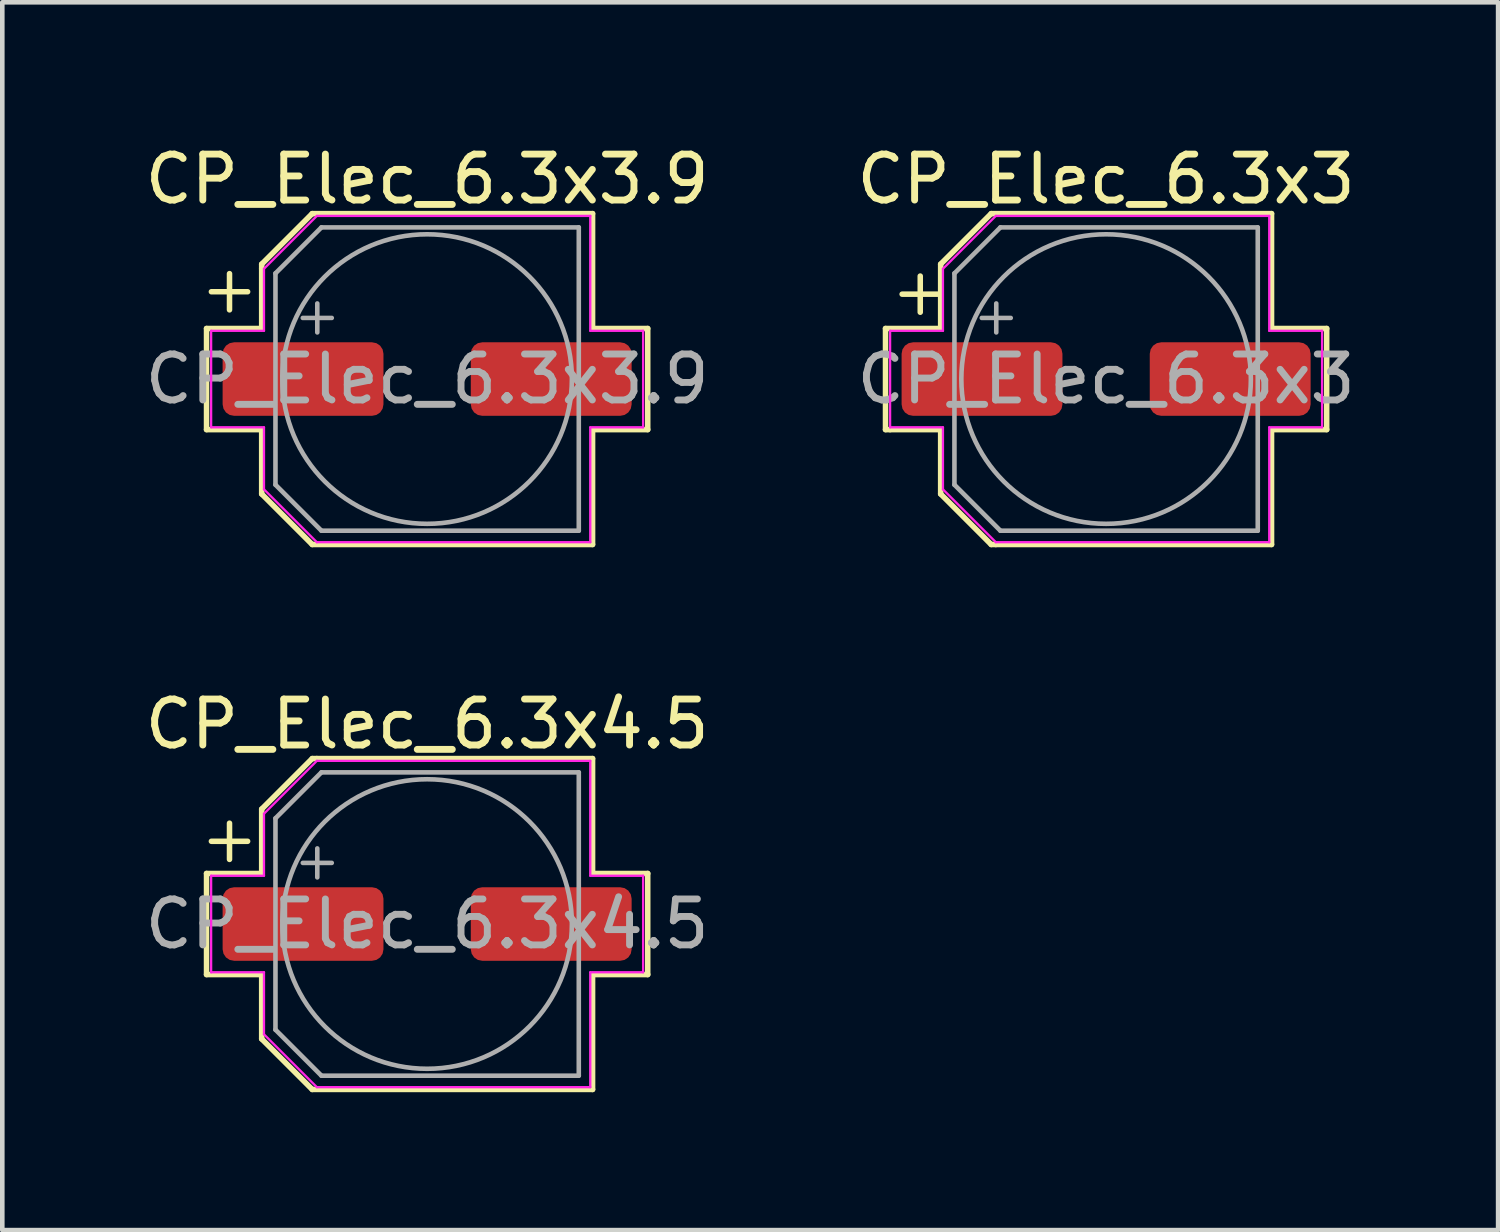
<source format=kicad_pcb>
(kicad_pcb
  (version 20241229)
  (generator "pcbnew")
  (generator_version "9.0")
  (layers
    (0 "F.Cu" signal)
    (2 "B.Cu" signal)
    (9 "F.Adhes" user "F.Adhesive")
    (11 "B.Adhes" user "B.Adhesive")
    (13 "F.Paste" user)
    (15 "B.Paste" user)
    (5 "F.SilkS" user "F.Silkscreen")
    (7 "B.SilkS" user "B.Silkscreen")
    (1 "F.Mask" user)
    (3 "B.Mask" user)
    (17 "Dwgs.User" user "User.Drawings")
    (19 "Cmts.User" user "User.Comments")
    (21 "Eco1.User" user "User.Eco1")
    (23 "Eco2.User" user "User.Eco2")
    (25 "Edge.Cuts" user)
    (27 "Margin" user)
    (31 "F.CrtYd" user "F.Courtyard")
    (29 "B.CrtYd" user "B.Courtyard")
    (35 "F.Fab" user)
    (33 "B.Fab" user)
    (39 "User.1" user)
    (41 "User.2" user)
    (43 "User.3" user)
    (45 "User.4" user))
  (footprint "CP_Elec_6.3x3.9"
    (layer "F.Cu")
    (at 6.244 5.198)
    (property "Reference" "CP_Elec_6.3x3.9" (at 0 -4.35 0) (layer "F.SilkS") (effects (font (size 1 1) (thickness 0.15))))
    (attr smd)
    (fp_line (start -4.8 -1.1) (end -3.6 -1.1) (stroke (width 0.12) (type solid)) (layer "F.SilkS"))
    (fp_line (start -4.8 1.1) (end -4.8 -1.1) (stroke (width 0.12) (type solid)) (layer "F.SilkS"))
    (fp_line (start -4.694 -1.9) (end -3.906 -1.9) (stroke (width 0.12) (type solid)) (layer "F.SilkS"))
    (fp_line (start -4.3 -2.294) (end -4.3 -1.506) (stroke (width 0.12) (type solid)) (layer "F.SilkS"))
    (fp_line (start -3.6 -2.5) (end -2.5 -3.6) (stroke (width 0.12) (type solid)) (layer "F.SilkS"))
    (fp_line (start -3.6 -2.4) (end -3.6 -2.5) (stroke (width 0.12) (type solid)) (layer "F.SilkS"))
    (fp_line (start -3.6 -1.1) (end -3.6 -2.4) (stroke (width 0.12) (type solid)) (layer "F.SilkS"))
    (fp_line (start -3.6 1.1) (end -4.8 1.1) (stroke (width 0.12) (type solid)) (layer "F.SilkS"))
    (fp_line (start -3.6 2.5) (end -3.6 1.1) (stroke (width 0.12) (type solid)) (layer "F.SilkS"))
    (fp_line (start -2.5 -3.6) (end 3.6 -3.6) (stroke (width 0.12) (type solid)) (layer "F.SilkS"))
    (fp_line (start -2.5 3.6) (end -3.6 2.5) (stroke (width 0.12) (type solid)) (layer "F.SilkS"))
    (fp_line (start 3.6 -3.6) (end 3.6 -1.1) (stroke (width 0.12) (type solid)) (layer "F.SilkS"))
    (fp_line (start 3.6 -1.1) (end 4.8 -1.1) (stroke (width 0.12) (type solid)) (layer "F.SilkS"))
    (fp_line (start 3.6 1.1) (end 3.6 3.6) (stroke (width 0.12) (type solid)) (layer "F.SilkS"))
    (fp_line (start 3.6 3.6) (end -2.5 3.6) (stroke (width 0.12) (type solid)) (layer "F.SilkS"))
    (fp_line (start 4.8 -1.1) (end 4.8 1.1) (stroke (width 0.12) (type solid)) (layer "F.SilkS"))
    (fp_line (start 4.8 1.1) (end 3.6 1.1) (stroke (width 0.12) (type solid)) (layer "F.SilkS"))
    (fp_line (start -4.7 -1.05) (end -4.7 1.05) (stroke (width 0.05) (type solid)) (layer "F.CrtYd"))
    (fp_line (start -4.7 1.05) (end -3.55 1.05) (stroke (width 0.05) (type solid)) (layer "F.CrtYd"))
    (fp_line (start -3.55 -2.4) (end -3.55 -1.05) (stroke (width 0.05) (type solid)) (layer "F.CrtYd"))
    (fp_line (start -3.55 -2.4) (end -2.4 -3.55) (stroke (width 0.05) (type solid)) (layer "F.CrtYd"))
    (fp_line (start -3.55 -1.05) (end -4.7 -1.05) (stroke (width 0.05) (type solid)) (layer "F.CrtYd"))
    (fp_line (start -3.55 1.05) (end -3.55 2.4) (stroke (width 0.05) (type solid)) (layer "F.CrtYd"))
    (fp_line (start -3.55 2.4) (end -2.4 3.55) (stroke (width 0.05) (type solid)) (layer "F.CrtYd"))
    (fp_line (start -2.4 -3.55) (end 3.55 -3.55) (stroke (width 0.05) (type solid)) (layer "F.CrtYd"))
    (fp_line (start -2.4 3.55) (end 3.55 3.55) (stroke (width 0.05) (type solid)) (layer "F.CrtYd"))
    (fp_line (start 3.55 -3.55) (end 3.55 -1.05) (stroke (width 0.05) (type solid)) (layer "F.CrtYd"))
    (fp_line (start 3.55 -1.05) (end 4.7 -1.05) (stroke (width 0.05) (type solid)) (layer "F.CrtYd"))
    (fp_line (start 3.55 1.05) (end 3.55 3.55) (stroke (width 0.05) (type solid)) (layer "F.CrtYd"))
    (fp_line (start 4.7 -1.05) (end 4.7 1.05) (stroke (width 0.05) (type solid)) (layer "F.CrtYd"))
    (fp_line (start 4.7 1.05) (end 3.55 1.05) (stroke (width 0.05) (type solid)) (layer "F.CrtYd"))
    (fp_line (start -3.3 -2.3) (end -3.3 2.3) (stroke (width 0.1) (type solid)) (layer "F.Fab"))
    (fp_line (start -3.3 -2.3) (end -2.3 -3.3) (stroke (width 0.1) (type solid)) (layer "F.Fab"))
    (fp_line (start -3.3 2.3) (end -2.3 3.3) (stroke (width 0.1) (type solid)) (layer "F.Fab"))
    (fp_line (start -2.705 -1.33) (end -2.075 -1.33) (stroke (width 0.1) (type solid)) (layer "F.Fab"))
    (fp_line (start -2.39 -1.645) (end -2.39 -1.015) (stroke (width 0.1) (type solid)) (layer "F.Fab"))
    (fp_line (start -2.3 -3.3) (end 3.3 -3.3) (stroke (width 0.1) (type solid)) (layer "F.Fab"))
    (fp_line (start -2.3 3.3) (end 3.3 3.3) (stroke (width 0.1) (type solid)) (layer "F.Fab"))
    (fp_line (start 3.3 -3.3) (end 3.3 3.3) (stroke (width 0.1) (type solid)) (layer "F.Fab"))
    (fp_circle (center 0 0) (end 3.15 0) (stroke (width 0.1) (type solid)) (fill no) (layer "F.Fab"))
    (fp_text user "${REFERENCE}" (at 0 0 0) (layer "F.Fab") (effects (font (size 1 1) (thickness 0.15))))
    (pad "1" smd roundrect (at -2.7 0) (size 3.5 1.6) (layers "F.Cu" "F.Mask" "F.Paste") (roundrect_rratio 0.156))
    (pad "2" smd roundrect (at 2.7 0) (size 3.5 1.6) (layers "F.Cu" "F.Mask" "F.Paste") (roundrect_rratio 0.156)))
  (footprint "CP_Elec_6.3x3"
    (layer "F.Cu")
    (at 21.018 5.198)
    (property "Reference" "CP_Elec_6.3x3" (at 0 -4.35 0) (layer "F.SilkS") (effects (font (size 1 1) (thickness 0.15))))
    (attr smd)
    (fp_line (start -4.8 -1.1) (end -3.6 -1.1) (stroke (width 0.12) (type solid)) (layer "F.SilkS"))
    (fp_line (start -4.8 1.1) (end -4.8 -1.1) (stroke (width 0.12) (type solid)) (layer "F.SilkS"))
    (fp_line (start -4.7 1.1) (end -4.8 1.1) (stroke (width 0.12) (type solid)) (layer "F.SilkS"))
    (fp_line (start -4.438 -1.847) (end -3.65 -1.847) (stroke (width 0.12) (type solid)) (layer "F.SilkS"))
    (fp_line (start -4.044 -2.241) (end -4.044 -1.454) (stroke (width 0.12) (type solid)) (layer "F.SilkS"))
    (fp_line (start -3.6 -2.5) (end -2.5 -3.6) (stroke (width 0.12) (type solid)) (layer "F.SilkS"))
    (fp_line (start -3.6 -1.1) (end -3.6 -2.5) (stroke (width 0.12) (type solid)) (layer "F.SilkS"))
    (fp_line (start -3.6 1.1) (end -4.7 1.1) (stroke (width 0.12) (type solid)) (layer "F.SilkS"))
    (fp_line (start -3.6 2.5) (end -3.6 1.1) (stroke (width 0.12) (type solid)) (layer "F.SilkS"))
    (fp_line (start -2.5 -3.6) (end 3.6 -3.6) (stroke (width 0.12) (type solid)) (layer "F.SilkS"))
    (fp_line (start -2.5 3.6) (end -3.6 2.5) (stroke (width 0.12) (type solid)) (layer "F.SilkS"))
    (fp_line (start -2.4 3.6) (end -2.5 3.6) (stroke (width 0.12) (type solid)) (layer "F.SilkS"))
    (fp_line (start 3.6 -3.6) (end 3.6 -1.1) (stroke (width 0.12) (type solid)) (layer "F.SilkS"))
    (fp_line (start 3.6 -1.1) (end 4.8 -1.1) (stroke (width 0.12) (type solid)) (layer "F.SilkS"))
    (fp_line (start 3.6 1.1) (end 3.6 3.6) (stroke (width 0.12) (type solid)) (layer "F.SilkS"))
    (fp_line (start 3.6 3.6) (end -2.4 3.6) (stroke (width 0.12) (type solid)) (layer "F.SilkS"))
    (fp_line (start 4.8 -1.1) (end 4.8 1.1) (stroke (width 0.12) (type solid)) (layer "F.SilkS"))
    (fp_line (start 4.8 1.1) (end 3.6 1.1) (stroke (width 0.12) (type solid)) (layer "F.SilkS"))
    (fp_line (start -4.7 -1.05) (end -4.7 1.05) (stroke (width 0.05) (type solid)) (layer "F.CrtYd"))
    (fp_line (start -4.7 1.05) (end -3.55 1.05) (stroke (width 0.05) (type solid)) (layer "F.CrtYd"))
    (fp_line (start -3.55 -2.4) (end -3.55 -1.05) (stroke (width 0.05) (type solid)) (layer "F.CrtYd"))
    (fp_line (start -3.55 -2.4) (end -2.4 -3.55) (stroke (width 0.05) (type solid)) (layer "F.CrtYd"))
    (fp_line (start -3.55 -1.05) (end -4.7 -1.05) (stroke (width 0.05) (type solid)) (layer "F.CrtYd"))
    (fp_line (start -3.55 1.05) (end -3.55 2.4) (stroke (width 0.05) (type solid)) (layer "F.CrtYd"))
    (fp_line (start -3.55 2.4) (end -2.4 3.55) (stroke (width 0.05) (type solid)) (layer "F.CrtYd"))
    (fp_line (start -2.4 -3.55) (end 3.55 -3.55) (stroke (width 0.05) (type solid)) (layer "F.CrtYd"))
    (fp_line (start -2.4 3.55) (end 3.55 3.55) (stroke (width 0.05) (type solid)) (layer "F.CrtYd"))
    (fp_line (start 3.55 -3.55) (end 3.55 -1.05) (stroke (width 0.05) (type solid)) (layer "F.CrtYd"))
    (fp_line (start 3.55 -1.05) (end 4.7 -1.05) (stroke (width 0.05) (type solid)) (layer "F.CrtYd"))
    (fp_line (start 3.55 1.05) (end 3.55 3.55) (stroke (width 0.05) (type solid)) (layer "F.CrtYd"))
    (fp_line (start 4.7 -1.05) (end 4.7 1.05) (stroke (width 0.05) (type solid)) (layer "F.CrtYd"))
    (fp_line (start 4.7 1.05) (end 3.55 1.05) (stroke (width 0.05) (type solid)) (layer "F.CrtYd"))
    (fp_line (start -3.3 -2.3) (end -3.3 2.3) (stroke (width 0.1) (type solid)) (layer "F.Fab"))
    (fp_line (start -3.3 -2.3) (end -2.3 -3.3) (stroke (width 0.1) (type solid)) (layer "F.Fab"))
    (fp_line (start -3.3 2.3) (end -2.3 3.3) (stroke (width 0.1) (type solid)) (layer "F.Fab"))
    (fp_line (start -2.705 -1.33) (end -2.075 -1.33) (stroke (width 0.1) (type solid)) (layer "F.Fab"))
    (fp_line (start -2.39 -1.645) (end -2.39 -1.015) (stroke (width 0.1) (type solid)) (layer "F.Fab"))
    (fp_line (start -2.3 -3.3) (end 3.3 -3.3) (stroke (width 0.1) (type solid)) (layer "F.Fab"))
    (fp_line (start -2.3 3.3) (end 3.3 3.3) (stroke (width 0.1) (type solid)) (layer "F.Fab"))
    (fp_line (start 3.3 -3.3) (end 3.3 3.3) (stroke (width 0.1) (type solid)) (layer "F.Fab"))
    (fp_circle (center 0 0) (end 3.15 0) (stroke (width 0.1) (type solid)) (fill no) (layer "F.Fab"))
    (fp_text user "${REFERENCE}" (at 0 0 0) (layer "F.Fab") (effects (font (size 1 1) (thickness 0.15))))
    (pad "1" smd roundrect (at -2.7 0) (size 3.5 1.6) (layers "F.Cu" "F.Mask" "F.Paste") (roundrect_rratio 0.156))
    (pad "2" smd roundrect (at 2.7 0) (size 3.5 1.6) (layers "F.Cu" "F.Mask" "F.Paste") (roundrect_rratio 0.156)))
  (footprint "CP_Elec_6.3x4.5"
    (layer "F.Cu")
    (at 6.244 17.056)
    (property "Reference" "CP_Elec_6.3x4.5" (at 0 -4.35 0) (layer "F.SilkS") (effects (font (size 1 1) (thickness 0.15))))
    (attr smd)
    (fp_line (start -4.8 -1.1) (end -4.8 1.1) (stroke (width 0.12) (type solid)) (layer "F.SilkS"))
    (fp_line (start -4.8 1.1) (end -3.6 1.1) (stroke (width 0.12) (type solid)) (layer "F.SilkS"))
    (fp_line (start -4.694 -1.8) (end -3.906 -1.8) (stroke (width 0.12) (type solid)) (layer "F.SilkS"))
    (fp_line (start -4.3 -2.194) (end -4.3 -1.406) (stroke (width 0.12) (type solid)) (layer "F.SilkS"))
    (fp_line (start -3.6 -2.5) (end -3.6 -1.1) (stroke (width 0.12) (type solid)) (layer "F.SilkS"))
    (fp_line (start -3.6 -1.1) (end -4.8 -1.1) (stroke (width 0.12) (type solid)) (layer "F.SilkS"))
    (fp_line (start -3.6 1.1) (end -3.6 2.5) (stroke (width 0.12) (type solid)) (layer "F.SilkS"))
    (fp_line (start -3.6 2.5) (end -2.5 3.6) (stroke (width 0.12) (type solid)) (layer "F.SilkS"))
    (fp_line (start -2.5 -3.6) (end -3.6 -2.5) (stroke (width 0.12) (type solid)) (layer "F.SilkS"))
    (fp_line (start -2.5 3.6) (end 3.6 3.6) (stroke (width 0.12) (type solid)) (layer "F.SilkS"))
    (fp_line (start -2.4 -3.6) (end -2.5 -3.6) (stroke (width 0.12) (type solid)) (layer "F.SilkS"))
    (fp_line (start 3.6 -3.6) (end -2.4 -3.6) (stroke (width 0.12) (type solid)) (layer "F.SilkS"))
    (fp_line (start 3.6 -1.1) (end 3.6 -3.6) (stroke (width 0.12) (type solid)) (layer "F.SilkS"))
    (fp_line (start 3.6 1.1) (end 4.8 1.1) (stroke (width 0.12) (type solid)) (layer "F.SilkS"))
    (fp_line (start 3.6 3.6) (end 3.6 1.1) (stroke (width 0.12) (type solid)) (layer "F.SilkS"))
    (fp_line (start 4.8 -1.1) (end 3.6 -1.1) (stroke (width 0.12) (type solid)) (layer "F.SilkS"))
    (fp_line (start 4.8 1.1) (end 4.8 -1.1) (stroke (width 0.12) (type solid)) (layer "F.SilkS"))
    (fp_line (start -4.7 -1.05) (end -4.7 1.05) (stroke (width 0.05) (type solid)) (layer "F.CrtYd"))
    (fp_line (start -4.7 1.05) (end -3.55 1.05) (stroke (width 0.05) (type solid)) (layer "F.CrtYd"))
    (fp_line (start -3.55 -2.4) (end -3.55 -1.05) (stroke (width 0.05) (type solid)) (layer "F.CrtYd"))
    (fp_line (start -3.55 -2.4) (end -2.4 -3.55) (stroke (width 0.05) (type solid)) (layer "F.CrtYd"))
    (fp_line (start -3.55 -1.05) (end -4.7 -1.05) (stroke (width 0.05) (type solid)) (layer "F.CrtYd"))
    (fp_line (start -3.55 1.05) (end -3.55 2.4) (stroke (width 0.05) (type solid)) (layer "F.CrtYd"))
    (fp_line (start -3.55 2.4) (end -2.4 3.55) (stroke (width 0.05) (type solid)) (layer "F.CrtYd"))
    (fp_line (start -2.4 -3.55) (end 3.55 -3.55) (stroke (width 0.05) (type solid)) (layer "F.CrtYd"))
    (fp_line (start -2.4 3.55) (end 3.55 3.55) (stroke (width 0.05) (type solid)) (layer "F.CrtYd"))
    (fp_line (start 3.55 -3.55) (end 3.55 -1.05) (stroke (width 0.05) (type solid)) (layer "F.CrtYd"))
    (fp_line (start 3.55 -1.05) (end 4.7 -1.05) (stroke (width 0.05) (type solid)) (layer "F.CrtYd"))
    (fp_line (start 3.55 1.05) (end 3.55 3.55) (stroke (width 0.05) (type solid)) (layer "F.CrtYd"))
    (fp_line (start 4.7 -1.05) (end 4.7 1.05) (stroke (width 0.05) (type solid)) (layer "F.CrtYd"))
    (fp_line (start 4.7 1.05) (end 3.55 1.05) (stroke (width 0.05) (type solid)) (layer "F.CrtYd"))
    (fp_line (start -3.3 -2.3) (end -3.3 2.3) (stroke (width 0.1) (type solid)) (layer "F.Fab"))
    (fp_line (start -3.3 -2.3) (end -2.3 -3.3) (stroke (width 0.1) (type solid)) (layer "F.Fab"))
    (fp_line (start -3.3 2.3) (end -2.3 3.3) (stroke (width 0.1) (type solid)) (layer "F.Fab"))
    (fp_line (start -2.705 -1.33) (end -2.075 -1.33) (stroke (width 0.1) (type solid)) (layer "F.Fab"))
    (fp_line (start -2.39 -1.645) (end -2.39 -1.015) (stroke (width 0.1) (type solid)) (layer "F.Fab"))
    (fp_line (start -2.3 -3.3) (end 3.3 -3.3) (stroke (width 0.1) (type solid)) (layer "F.Fab"))
    (fp_line (start -2.3 3.3) (end 3.3 3.3) (stroke (width 0.1) (type solid)) (layer "F.Fab"))
    (fp_line (start 3.3 -3.3) (end 3.3 3.3) (stroke (width 0.1) (type solid)) (layer "F.Fab"))
    (fp_circle (center 0 0) (end 3.15 0) (stroke (width 0.1) (type solid)) (fill no) (layer "F.Fab"))
    (fp_text user "${REFERENCE}" (at 0 0 0) (layer "F.Fab") (effects (font (size 1 1) (thickness 0.15))))
    (pad "1" smd roundrect (at -2.7 0) (size 3.5 1.6) (layers "F.Cu" "F.Mask" "F.Paste") (roundrect_rratio 0.156))
    (pad "2" smd roundrect (at 2.7 0) (size 3.5 1.6) (layers "F.Cu" "F.Mask" "F.Paste") (roundrect_rratio 0.156)))
  (gr_rect
    (start -3 -3)
    (end 29.548 23.716)
    (stroke (width 0.1) (type default))
    (fill no)
    (layer "Edge.Cuts")))
</source>
